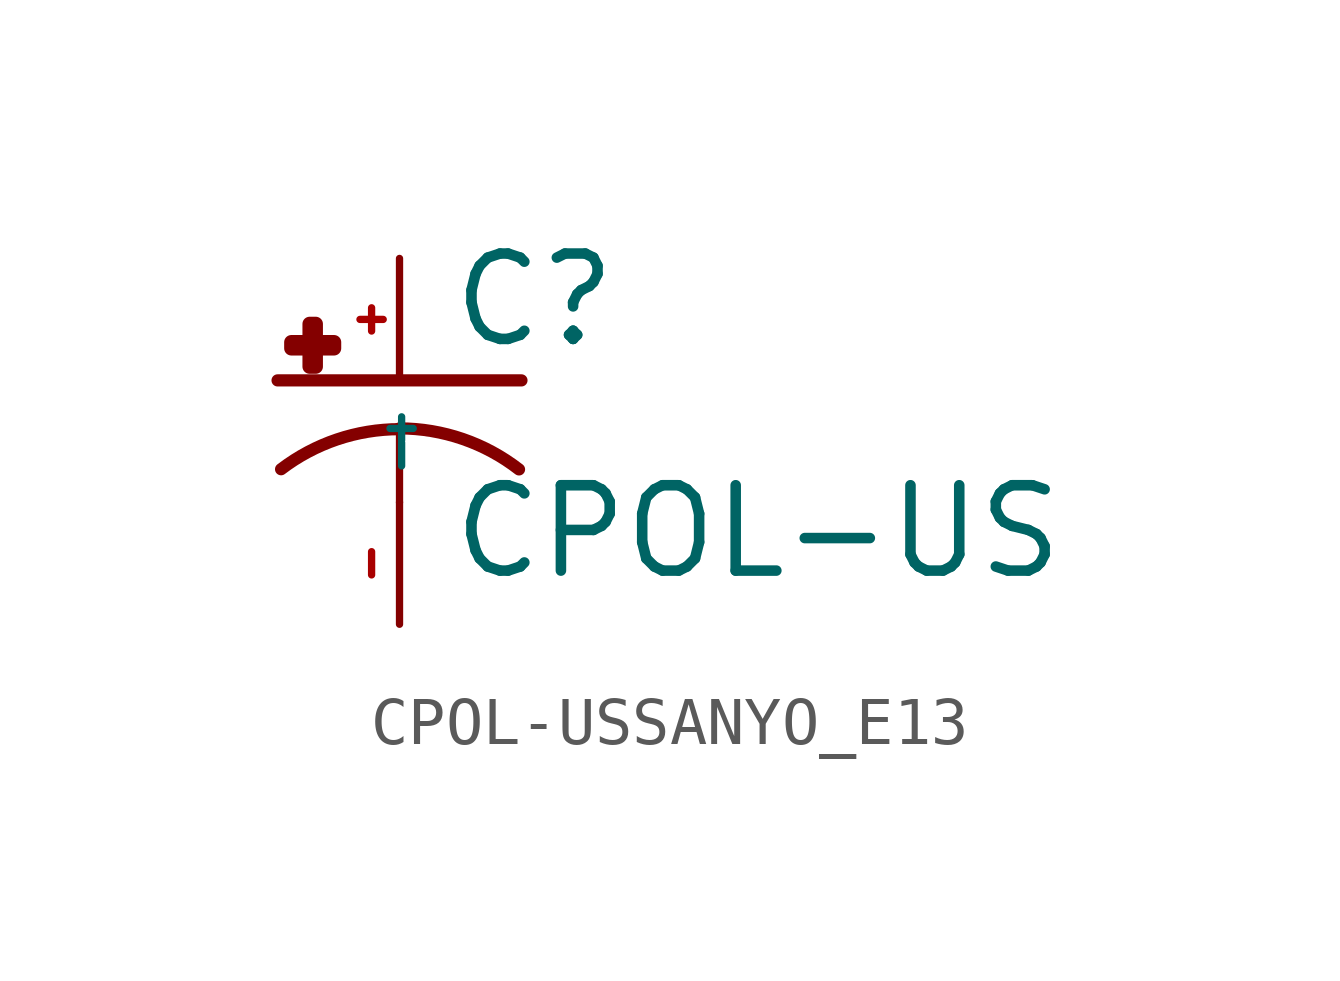
<source format=kicad_sym>
(kicad_symbol_lib
  (version 20220914)
  (generator Eagle2Kicad)
  (symbol "CPOL-USSANYO_E13"
    (property "Reference" "C"
      (at 1.016 0.635 0)
      (effects (font (size 1.778 1.778) (thickness 0.22)) (justify left bottom)))
    (property "Value" "CPOL-US"
      (at 1.016 -4.191 0)
      (effects (font (size 1.778 1.778) (thickness 0.22)) (justify left bottom)))
    (polyline
      (pts (xy -2.54 0) (xy 2.54 0))
      (stroke (width 0.254) (type default))
      (fill (type none)))
    (polyline
      (pts (xy 0 -1.016) (xy 0 -2.54))
      (stroke (width 0.152) (type default))
      (fill (type none)))
    (arc
      (start 2.4892 -1.8542)
      (mid 1.316 -1.220)
      (end 0 -1)
      (stroke (width 0.254) (type default))
      (fill (type none)))
    (arc
      (start 0 -1.0161)
      (mid -1.302 -1.230)
      (end -2.4669 -1.8504)
      (stroke (width 0.254) (type default))
      (fill (type none)))
    (rectangle
      (start -2.253 0.668)
      (end -1.364 0.795)
      (stroke (width 0.3) (type default))
      (fill (type outline)))
    (rectangle
      (start -1.872 0.287)
      (end -1.745 1.176)
      (stroke (width 0.3) (type default))
      (fill (type outline)))
    (pin passive line
      (at 0 2.54 270)
      (length 2.54)
      (name "+" (effects (font (size 0.635 0.635) (thickness 0.08)) (justify left bottom)))
      (number "+" (effects (font (size 0.635 0.635) (thickness 0.08)) (justify left bottom))))
    (pin passive line
      (at 0 -5.08 90)
      (length 2.54)
      (name "-" (effects (font (size 0.635 0.635) (thickness 0.08)) (justify left bottom)))
      (number "-" (effects (font (size 0.635 0.635) (thickness 0.08)) (justify left bottom))))))
</source>
